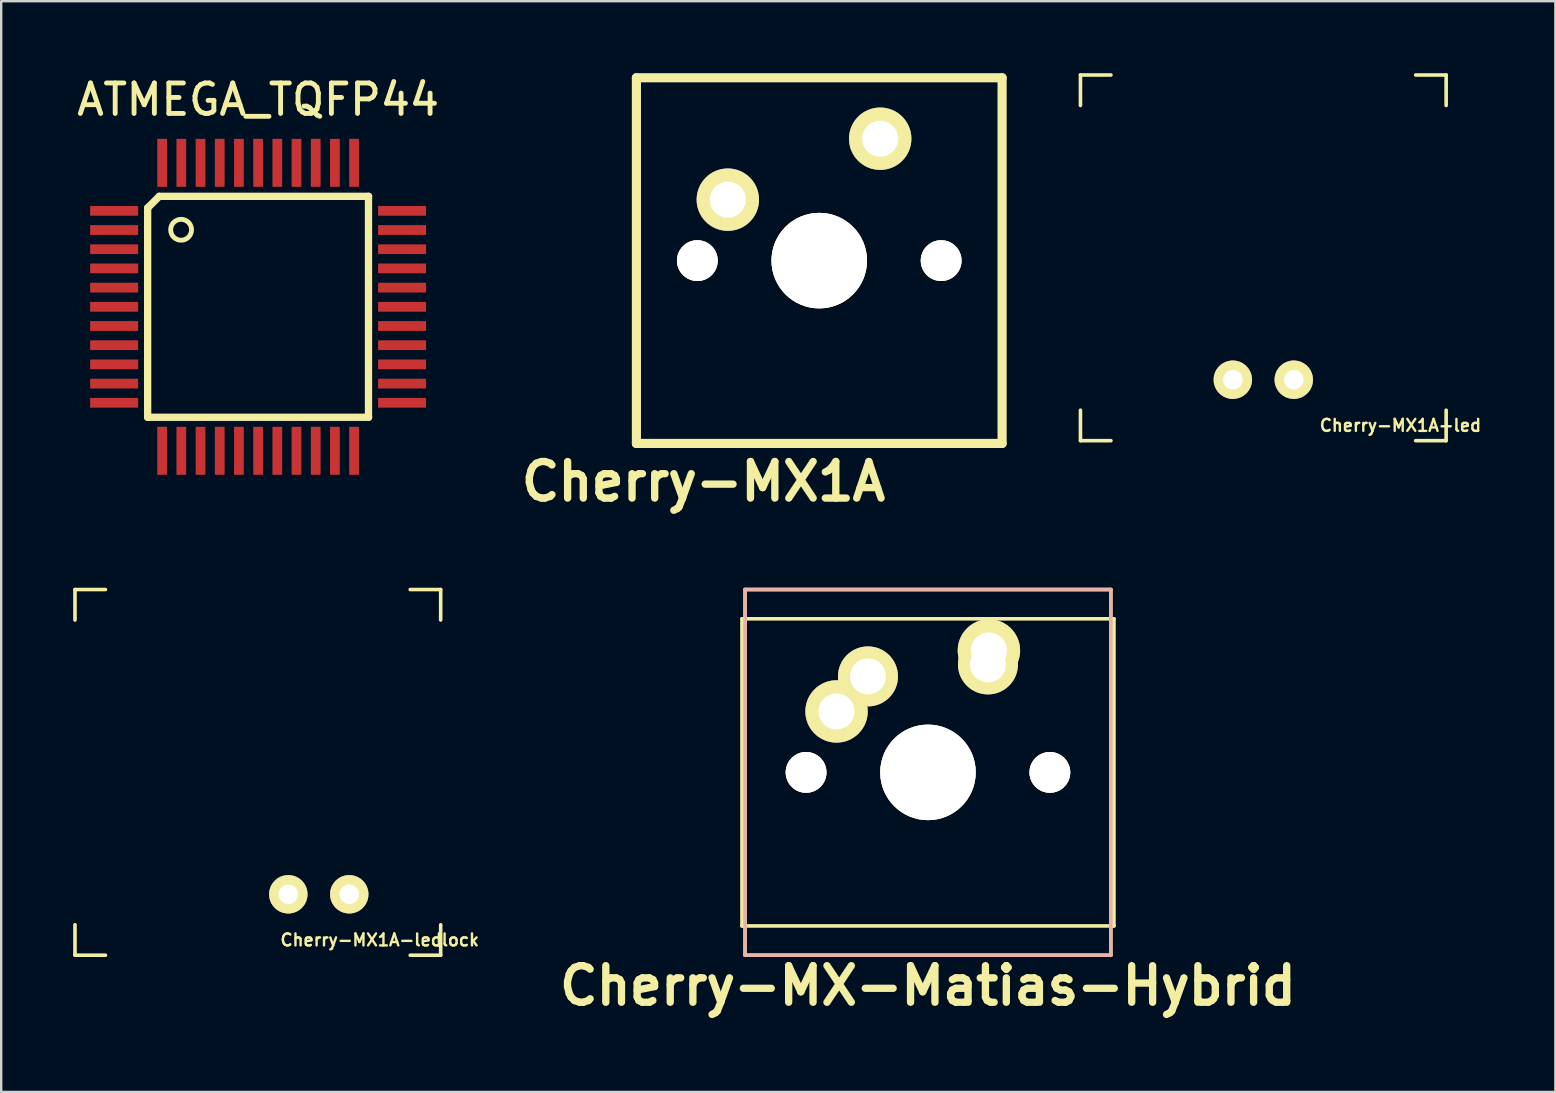
<source format=kicad_pcb>
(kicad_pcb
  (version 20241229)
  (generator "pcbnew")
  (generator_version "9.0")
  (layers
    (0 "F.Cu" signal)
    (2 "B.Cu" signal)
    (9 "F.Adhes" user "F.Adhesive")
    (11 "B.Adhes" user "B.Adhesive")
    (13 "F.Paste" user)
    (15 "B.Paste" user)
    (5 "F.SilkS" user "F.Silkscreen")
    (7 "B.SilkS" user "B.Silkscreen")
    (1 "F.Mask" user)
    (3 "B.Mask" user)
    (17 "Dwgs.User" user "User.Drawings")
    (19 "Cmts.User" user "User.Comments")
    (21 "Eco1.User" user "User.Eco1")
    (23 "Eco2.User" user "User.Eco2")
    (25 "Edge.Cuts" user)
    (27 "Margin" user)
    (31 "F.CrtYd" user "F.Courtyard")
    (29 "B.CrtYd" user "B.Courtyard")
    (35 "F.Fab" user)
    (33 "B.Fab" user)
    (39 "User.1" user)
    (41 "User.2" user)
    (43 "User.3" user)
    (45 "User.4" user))
  (footprint "Cherry-MX1A-ledlock"
    (layer "F.Cu")
    (at 7.695 29.139)
    (property "Reference" "Cherry-MX1A-ledlock" (at 5.08 6.985 0) (layer "F.SilkS") (effects (font (size 0.5 0.5) (thickness 0.1))))
    (attr through_hole)
    (fp_line (start -7.62 -7.62) (end -6.35 -7.62) (stroke (width 0.15) (type solid)) (layer "F.SilkS"))
    (fp_line (start -7.62 -6.35) (end -7.62 -7.62) (stroke (width 0.15) (type solid)) (layer "F.SilkS"))
    (fp_line (start -7.62 6.35) (end -7.62 7.62) (stroke (width 0.15) (type solid)) (layer "F.SilkS"))
    (fp_line (start -7.62 7.62) (end -6.35 7.62) (stroke (width 0.15) (type solid)) (layer "F.SilkS"))
    (fp_line (start 6.35 -7.62) (end 7.62 -7.62) (stroke (width 0.15) (type solid)) (layer "F.SilkS"))
    (fp_line (start 6.35 7.62) (end 7.62 7.62) (stroke (width 0.15) (type solid)) (layer "F.SilkS"))
    (fp_line (start 7.62 -7.62) (end 7.62 -6.35) (stroke (width 0.15) (type solid)) (layer "F.SilkS"))
    (fp_line (start 7.62 7.62) (end 7.62 6.35) (stroke (width 0.15) (type solid)) (layer "F.SilkS"))
    (pad "1" thru_hole circle (at 1.27 5.08) (size 1.6 1.6) (drill 0.813) (layers "*.Cu" "*.Mask" "F.SilkS"))
    (pad "2" thru_hole circle (at 3.81 5.08) (size 1.6 1.6) (drill 0.813) (layers "*.Cu" "*.Mask" "F.SilkS")))
  (footprint "Cherry-MX1A"
    (layer "F.Cu")
    (at 31.092 7.811)
    (property "Reference" "Cherry-MX1A" (at -4.826 9.207 0) (layer "F.SilkS") (effects (font (size 1.524 1.524) (thickness 0.305))))
    (attr through_hole)
    (fp_line (start -7.62 -7.62) (end 7.62 -7.62) (stroke (width 0.381) (type solid)) (layer "F.SilkS"))
    (fp_line (start -7.62 7.62) (end -7.62 -7.62) (stroke (width 0.381) (type solid)) (layer "F.SilkS"))
    (fp_line (start 7.62 -7.62) (end 7.62 7.62) (stroke (width 0.381) (type solid)) (layer "F.SilkS"))
    (fp_line (start 7.62 7.62) (end -7.62 7.62) (stroke (width 0.381) (type solid)) (layer "F.SilkS"))
    (pad "" thru_hole circle (at -5.08 0) (size 1.699 1.699) (drill 1.699) (layers "*.Cu" "*.Mask" "F.SilkS"))
    (pad "" thru_hole circle (at 5.08 0) (size 1.699 1.699) (drill 1.699) (layers "*.Cu" "*.Mask" "F.SilkS"))
    (pad "0" thru_hole circle (at 0 0) (size 3.98 3.98) (drill 3.98) (layers "*.Cu" "*.Mask" "F.SilkS"))
    (pad "1" thru_hole circle (at -3.81 -2.54) (size 2.6 2.6) (drill 1.501) (layers "*.Cu" "*.Mask" "F.SilkS"))
    (pad "2" thru_hole circle (at 2.54 -5.08) (size 2.6 2.6) (drill 1.501) (layers "*.Cu" "*.Mask" "F.SilkS")))
  (footprint "Cherry-MX-Matias-Hybrid"
    (layer "F.Cu")
    (at 35.623 29.139)
    (property "Reference" "Cherry-MX-Matias-Hybrid" (at 0 8.89 0) (layer "F.SilkS") (effects (font (size 1.524 1.524) (thickness 0.305))))
    (attr through_hole)
    (fp_line (start -7.75 -6.4) (end -7.75 6.4) (stroke (width 0.15) (type solid)) (layer "F.SilkS"))
    (fp_line (start -7.75 -6.4) (end 7.75 -6.4) (stroke (width 0.15) (type solid)) (layer "F.SilkS"))
    (fp_line (start -7.75 6.4) (end 7.75 6.4) (stroke (width 0.15) (type solid)) (layer "F.SilkS"))
    (fp_line (start -7.62 -7.62) (end 7.62 -7.62) (stroke (width 0.15) (type solid)) (layer "F.SilkS"))
    (fp_line (start -7.62 7.62) (end -7.62 -7.62) (stroke (width 0.15) (type solid)) (layer "F.SilkS"))
    (fp_line (start 7.62 -7.62) (end 7.62 7.62) (stroke (width 0.15) (type solid)) (layer "F.SilkS"))
    (fp_line (start 7.62 7.62) (end -7.62 7.62) (stroke (width 0.15) (type solid)) (layer "F.SilkS"))
    (fp_line (start 7.75 -6.4) (end 7.75 6.4) (stroke (width 0.15) (type solid)) (layer "F.SilkS"))
    (fp_line (start -7.62 -7.62) (end 7.62 -7.62) (stroke (width 0.15) (type solid)) (layer "B.SilkS"))
    (fp_line (start -7.62 7.62) (end -7.62 -7.62) (stroke (width 0.15) (type solid)) (layer "B.SilkS"))
    (fp_line (start 7.62 -7.62) (end 7.62 7.62) (stroke (width 0.15) (type solid)) (layer "B.SilkS"))
    (fp_line (start 7.62 7.62) (end -7.62 7.62) (stroke (width 0.15) (type solid)) (layer "B.SilkS"))
    (pad "" thru_hole circle (at -5.08 0) (size 1.699 1.699) (drill 1.699) (layers "*.Cu" "*.Mask" "F.SilkS"))
    (pad "" thru_hole circle (at 5.08 0) (size 1.699 1.699) (drill 1.699) (layers "*.Cu" "*.Mask" "F.SilkS"))
    (pad "0" thru_hole circle (at 0 0) (size 3.98 3.98) (drill 3.98) (layers "*.Cu" "*.Mask" "F.SilkS"))
    (pad "1" thru_hole circle (at 2.5 -4.5) (size 2.5 2.5) (drill 1.5) (layers "*.Cu" "*.Mask" "F.SilkS"))
    (pad "1" thru_hole circle (at 2.54 -5.08) (size 2.6 2.6) (drill 1.501) (layers "*.Cu" "*.Mask" "F.SilkS"))
    (pad "2" thru_hole circle (at -3.81 -2.54) (size 2.6 2.6) (drill 1.501) (layers "*.Cu" "*.Mask" "F.SilkS"))
    (pad "2" thru_hole circle (at -2.5 -4) (size 2.5 2.5) (drill 1.5) (layers "*.Cu" "*.Mask" "F.SilkS")))
  (footprint "Cherry-MX1A-led"
    (layer "F.Cu")
    (at 49.598 7.695)
    (property "Reference" "Cherry-MX1A-led" (at 5.715 6.985 0) (layer "F.SilkS") (effects (font (size 0.5 0.5) (thickness 0.1))))
    (attr through_hole)
    (fp_line (start -7.62 -7.62) (end -6.35 -7.62) (stroke (width 0.15) (type solid)) (layer "F.SilkS"))
    (fp_line (start -7.62 -6.35) (end -7.62 -7.62) (stroke (width 0.15) (type solid)) (layer "F.SilkS"))
    (fp_line (start -7.62 6.35) (end -7.62 7.62) (stroke (width 0.15) (type solid)) (layer "F.SilkS"))
    (fp_line (start -7.62 7.62) (end -6.35 7.62) (stroke (width 0.15) (type solid)) (layer "F.SilkS"))
    (fp_line (start 6.35 -7.62) (end 7.62 -7.62) (stroke (width 0.15) (type solid)) (layer "F.SilkS"))
    (fp_line (start 6.35 7.62) (end 7.62 7.62) (stroke (width 0.15) (type solid)) (layer "F.SilkS"))
    (fp_line (start 7.62 -7.62) (end 7.62 -6.35) (stroke (width 0.15) (type solid)) (layer "F.SilkS"))
    (fp_line (start 7.62 7.62) (end 7.62 6.35) (stroke (width 0.15) (type solid)) (layer "F.SilkS"))
    (pad "1" thru_hole circle (at -1.27 5.08) (size 1.6 1.6) (drill 0.813) (layers "*.Cu" "*.Mask" "F.SilkS"))
    (pad "2" thru_hole circle (at 1.27 5.08) (size 1.6 1.6) (drill 0.813) (layers "*.Cu" "*.Mask" "F.SilkS")))
  (footprint "ATMEGA_TQFP44"
    (layer "F.Cu")
    (at 7.707 9.736)
    (property "Reference" "ATMEGA_TQFP44" (at 0 -8.636 0) (layer "F.SilkS") (effects (font (size 1.27 1.27) (thickness 0.203))))
    (attr smd)
    (fp_line (start -4.604 -4.121) (end -4.604 4.604) (stroke (width 0.305) (type solid)) (layer "F.SilkS"))
    (fp_line (start -4.604 -4.121) (end -4.121 -4.604) (stroke (width 0.305) (type solid)) (layer "F.SilkS"))
    (fp_line (start -4.121 -4.604) (end 4.604 -4.604) (stroke (width 0.305) (type solid)) (layer "F.SilkS"))
    (fp_line (start 4.6 -4.604) (end 4.6 4.604) (stroke (width 0.305) (type solid)) (layer "F.SilkS"))
    (fp_line (start 4.604 4.604) (end -4.604 4.604) (stroke (width 0.305) (type solid)) (layer "F.SilkS"))
    (fp_circle (center -3.21 -3.21) (end -3.21 -2.775) (stroke (width 0.203) (type solid)) (fill no) (layer "F.SilkS"))
    (pad "1" smd rect (at -6 -4) (size 2 0.406) (layers "F.Cu" "F.Mask" "F.Paste"))
    (pad "2" smd rect (at -6 -3.2) (size 2 0.406) (layers "F.Cu" "F.Mask" "F.Paste"))
    (pad "3" smd rect (at -6 -2.4) (size 2 0.406) (layers "F.Cu" "F.Mask" "F.Paste"))
    (pad "4" smd rect (at -6 -1.6) (size 2 0.406) (layers "F.Cu" "F.Mask" "F.Paste"))
    (pad "5" smd rect (at -6 -0.8) (size 2 0.406) (layers "F.Cu" "F.Mask" "F.Paste"))
    (pad "6" smd rect (at -6 0) (size 2 0.406) (layers "F.Cu" "F.Mask" "F.Paste"))
    (pad "7" smd rect (at -6 0.8) (size 2 0.406) (layers "F.Cu" "F.Mask" "F.Paste"))
    (pad "8" smd rect (at -6 1.6) (size 2 0.406) (layers "F.Cu" "F.Mask" "F.Paste"))
    (pad "9" smd rect (at -6 2.4) (size 2 0.406) (layers "F.Cu" "F.Mask" "F.Paste"))
    (pad "10" smd rect (at -6 3.2) (size 2 0.406) (layers "F.Cu" "F.Mask" "F.Paste"))
    (pad "11" smd rect (at -6 4) (size 2 0.406) (layers "F.Cu" "F.Mask" "F.Paste"))
    (pad "12" smd rect (at -4 6) (size 0.406 2) (layers "F.Cu" "F.Mask" "F.Paste"))
    (pad "13" smd rect (at -3.2 6) (size 0.406 2) (layers "F.Cu" "F.Mask" "F.Paste"))
    (pad "14" smd rect (at -2.4 6) (size 0.406 2) (layers "F.Cu" "F.Mask" "F.Paste"))
    (pad "15" smd rect (at -1.6 6) (size 0.406 2) (layers "F.Cu" "F.Mask" "F.Paste"))
    (pad "16" smd rect (at -0.8 6) (size 0.406 2) (layers "F.Cu" "F.Mask" "F.Paste"))
    (pad "17" smd rect (at 0 6) (size 0.406 2) (layers "F.Cu" "F.Mask" "F.Paste"))
    (pad "18" smd rect (at 0.8 6) (size 0.406 2) (layers "F.Cu" "F.Mask" "F.Paste"))
    (pad "19" smd rect (at 1.6 6) (size 0.406 2) (layers "F.Cu" "F.Mask" "F.Paste"))
    (pad "20" smd rect (at 2.4 6) (size 0.406 2) (layers "F.Cu" "F.Mask" "F.Paste"))
    (pad "21" smd rect (at 3.2 6) (size 0.406 2) (layers "F.Cu" "F.Mask" "F.Paste"))
    (pad "22" smd rect (at 4 6) (size 0.406 2) (layers "F.Cu" "F.Mask" "F.Paste"))
    (pad "23" smd rect (at 6 4) (size 2 0.406) (layers "F.Cu" "F.Mask" "F.Paste"))
    (pad "24" smd rect (at 6 3.2) (size 2 0.406) (layers "F.Cu" "F.Mask" "F.Paste"))
    (pad "25" smd rect (at 6 2.4) (size 2 0.406) (layers "F.Cu" "F.Mask" "F.Paste"))
    (pad "26" smd rect (at 6 1.6) (size 2 0.406) (layers "F.Cu" "F.Mask" "F.Paste"))
    (pad "27" smd rect (at 6 0.8) (size 2 0.406) (layers "F.Cu" "F.Mask" "F.Paste"))
    (pad "28" smd rect (at 6 0) (size 2 0.406) (layers "F.Cu" "F.Mask" "F.Paste"))
    (pad "29" smd rect (at 6 -0.8) (size 2 0.406) (layers "F.Cu" "F.Mask" "F.Paste"))
    (pad "30" smd rect (at 6 -1.6) (size 2 0.406) (layers "F.Cu" "F.Mask" "F.Paste"))
    (pad "31" smd rect (at 6 -2.4) (size 2 0.406) (layers "F.Cu" "F.Mask" "F.Paste"))
    (pad "32" smd rect (at 6 -3.2) (size 2 0.406) (layers "F.Cu" "F.Mask" "F.Paste"))
    (pad "33" smd rect (at 6 -4) (size 2 0.406) (layers "F.Cu" "F.Mask" "F.Paste"))
    (pad "34" smd rect (at 4 -6) (size 0.406 2) (layers "F.Cu" "F.Mask" "F.Paste"))
    (pad "35" smd rect (at 3.2 -6) (size 0.406 2) (layers "F.Cu" "F.Mask" "F.Paste"))
    (pad "36" smd rect (at 2.4 -6) (size 0.406 2) (layers "F.Cu" "F.Mask" "F.Paste"))
    (pad "37" smd rect (at 1.6 -6) (size 0.406 2) (layers "F.Cu" "F.Mask" "F.Paste"))
    (pad "38" smd rect (at 0.8 -6) (size 0.406 2) (layers "F.Cu" "F.Mask" "F.Paste"))
    (pad "39" smd rect (at 0 -6) (size 0.406 2) (layers "F.Cu" "F.Mask" "F.Paste"))
    (pad "40" smd rect (at -0.8 -6) (size 0.406 2) (layers "F.Cu" "F.Mask" "F.Paste"))
    (pad "41" smd rect (at -1.6 -6) (size 0.406 2) (layers "F.Cu" "F.Mask" "F.Paste"))
    (pad "42" smd rect (at -2.4 -6) (size 0.406 2) (layers "F.Cu" "F.Mask" "F.Paste"))
    (pad "43" smd rect (at -3.2 -6) (size 0.406 2) (layers "F.Cu" "F.Mask" "F.Paste"))
    (pad "44" smd rect (at -4 -6) (size 0.406 2) (layers "F.Cu" "F.Mask" "F.Paste")))
  (gr_rect
    (start -3 -3)
    (end 61.77 42.456)
    (stroke (width 0.1) (type default))
    (fill no)
    (layer "Edge.Cuts")))
</source>
